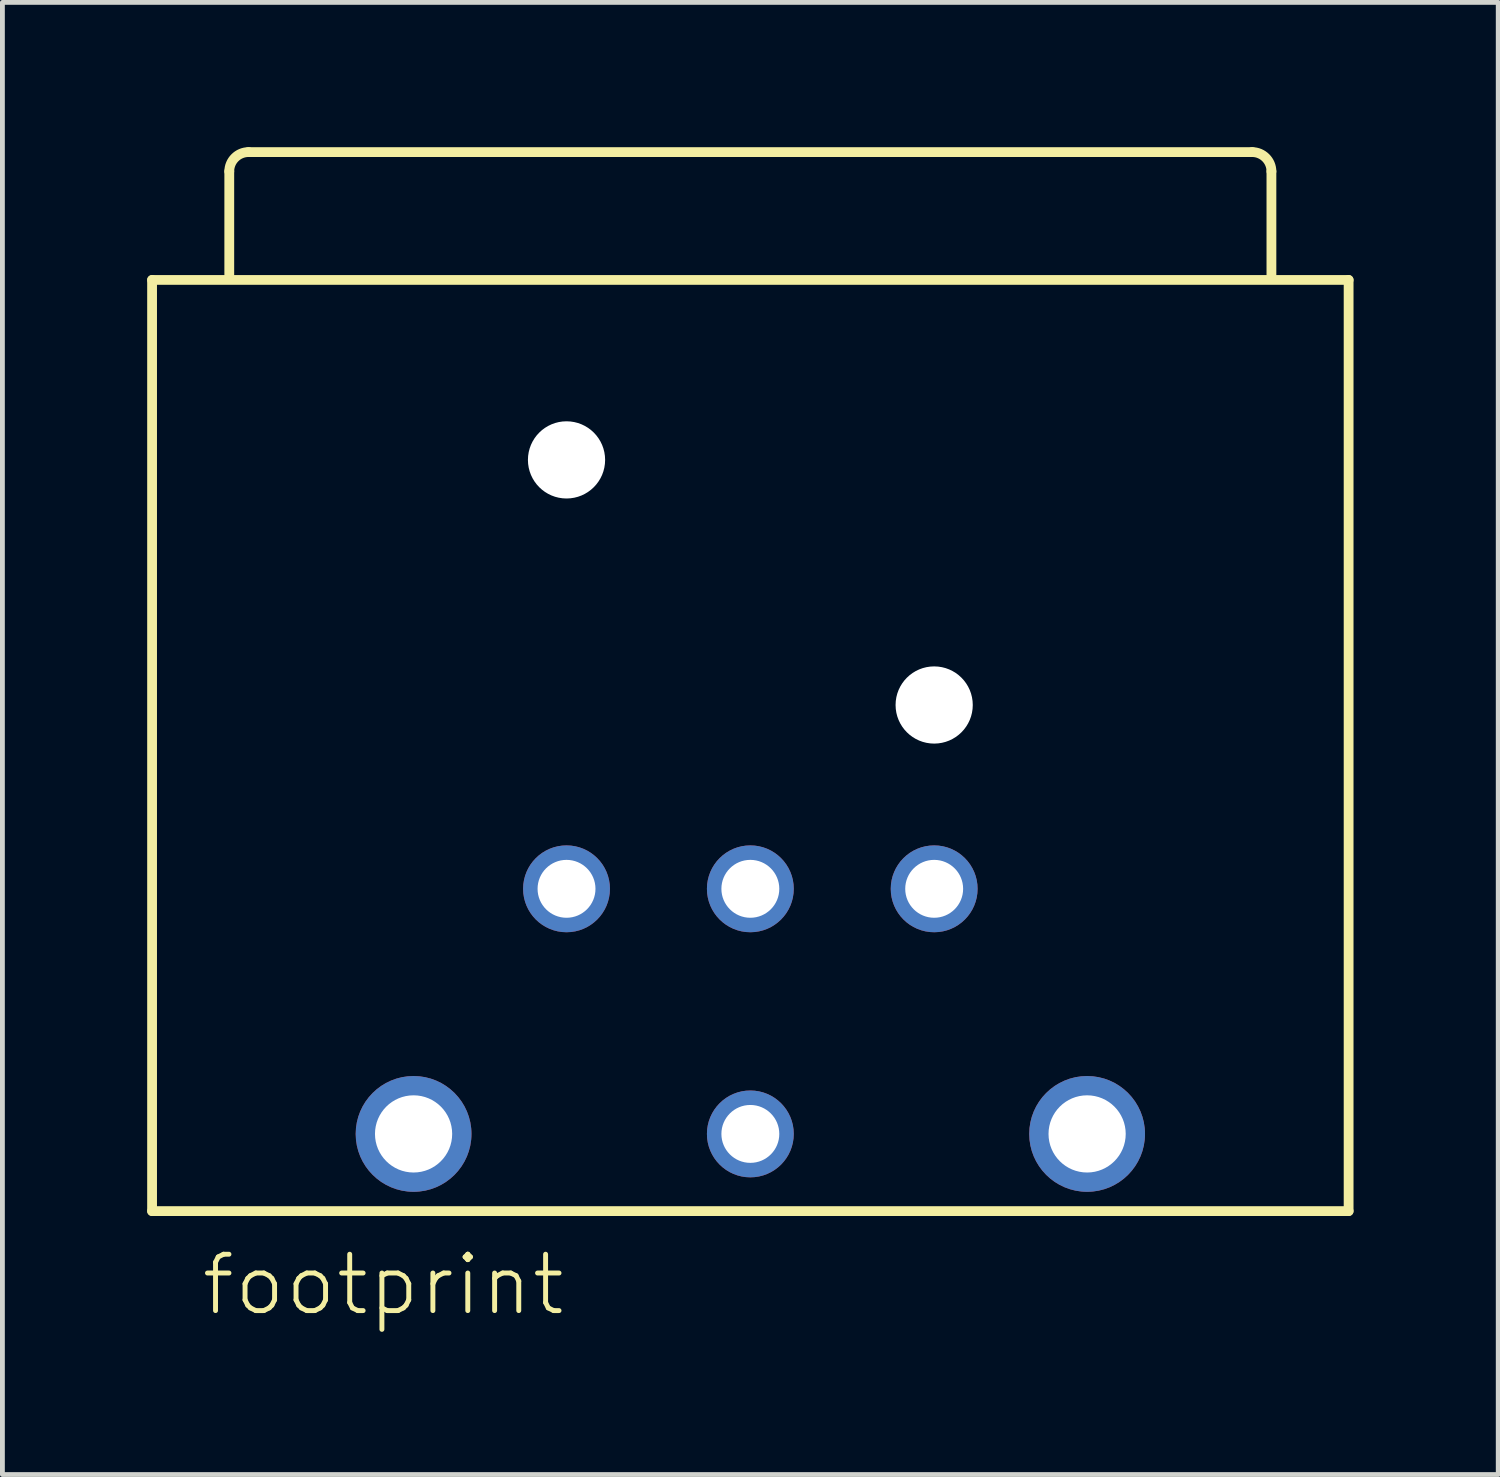
<source format=kicad_pcb>
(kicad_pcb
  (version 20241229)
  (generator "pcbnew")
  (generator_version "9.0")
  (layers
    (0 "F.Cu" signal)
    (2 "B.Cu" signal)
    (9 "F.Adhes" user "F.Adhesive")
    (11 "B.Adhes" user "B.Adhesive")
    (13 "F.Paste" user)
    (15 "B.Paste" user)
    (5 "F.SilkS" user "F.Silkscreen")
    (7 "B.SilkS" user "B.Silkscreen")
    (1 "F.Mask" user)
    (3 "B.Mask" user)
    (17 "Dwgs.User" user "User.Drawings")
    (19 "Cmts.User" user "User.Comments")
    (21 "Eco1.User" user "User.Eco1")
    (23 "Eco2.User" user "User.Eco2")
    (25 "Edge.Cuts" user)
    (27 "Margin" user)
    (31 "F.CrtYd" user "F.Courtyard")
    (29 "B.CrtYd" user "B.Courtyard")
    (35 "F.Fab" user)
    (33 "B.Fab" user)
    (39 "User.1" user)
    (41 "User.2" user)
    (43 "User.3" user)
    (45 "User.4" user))
  (footprint "footprint"
    (layer "F.Cu")
    (at 12.502 15.372)
    (property "Reference" "footprint" (at -11.43 8.89 0) (layer "F.SilkS") (effects (font (size 1.168 1.168) (thickness 0.102)) (justify left bottom)))
    (fp_line (start -12.4 -12.62) (end 12.4 -12.62) (stroke (width 0.203) (type solid)) (layer "F.SilkS"))
    (fp_line (start -12.4 6.68) (end -12.4 -12.62) (stroke (width 0.203) (type solid)) (layer "F.SilkS"))
    (fp_line (start -10.8 -12.72) (end -10.8 -14.87) (stroke (width 0.203) (type solid)) (layer "F.SilkS"))
    (fp_line (start -10.4 -15.27) (end 10.4 -15.27) (stroke (width 0.203) (type solid)) (layer "F.SilkS"))
    (fp_line (start 10.8 -14.87) (end 10.8 -12.72) (stroke (width 0.203) (type solid)) (layer "F.SilkS"))
    (fp_line (start 12.4 -12.62) (end 12.4 6.68) (stroke (width 0.203) (type solid)) (layer "F.SilkS"))
    (fp_line (start 12.4 6.68) (end -12.4 6.68) (stroke (width 0.203) (type solid)) (layer "F.SilkS"))
    (fp_arc (start -10.8 -14.87) (mid -10.682843 -15.152843) (end -10.4 -15.27) (stroke (width 0.2032) (type solid)) (layer "F.SilkS"))
    (fp_arc (start 10.4 -15.27) (mid 10.682843 -15.152843) (end 10.8 -14.87) (stroke (width 0.2032) (type solid)) (layer "F.SilkS"))
    (pad "" np_thru_hole circle (at -3.81 -8.89) (size 1.6 1.6) (drill 1.6) (layers "*.Cu" "*.Mask"))
    (pad "" np_thru_hole circle (at 3.81 -3.81) (size 1.6 1.6) (drill 1.6) (layers "*.Cu" "*.Mask"))
    (pad "1" thru_hole circle (at 6.98 5.08) (size 2.4 2.4) (drill 1.6) (layers "*.Cu" "*.Mask"))
    (pad "2" thru_hole circle (at 3.81 0) (size 1.8 1.8) (drill 1.2) (layers "*.Cu" "*.Mask"))
    (pad "3" thru_hole circle (at 0 5.08) (size 1.8 1.8) (drill 1.2) (layers "*.Cu" "*.Mask"))
    (pad "4" thru_hole circle (at -3.81 0) (size 1.8 1.8) (drill 1.2) (layers "*.Cu" "*.Mask"))
    (pad "5" thru_hole circle (at -6.98 5.08) (size 2.4 2.4) (drill 1.6) (layers "*.Cu" "*.Mask"))
    (pad "G" thru_hole circle (at 0 0) (size 1.8 1.8) (drill 1.2) (layers "*.Cu" "*.Mask")))
  (gr_rect
    (start -3 -3)
    (end 28.003 27.512)
    (stroke (width 0.1) (type default))
    (fill no)
    (layer "Edge.Cuts")))
</source>
